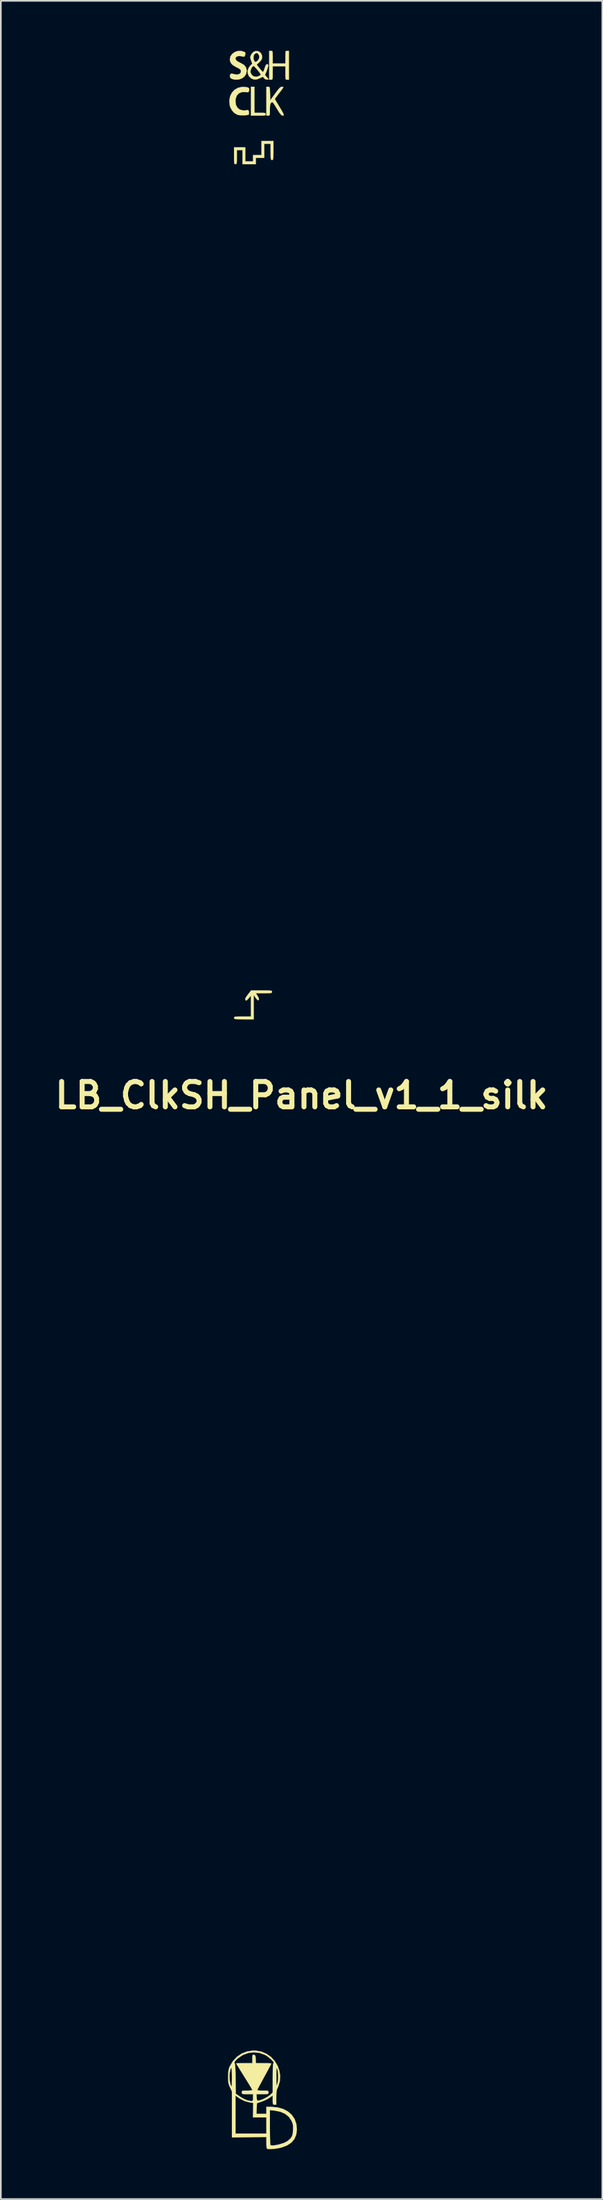
<source format=kicad_pcb>
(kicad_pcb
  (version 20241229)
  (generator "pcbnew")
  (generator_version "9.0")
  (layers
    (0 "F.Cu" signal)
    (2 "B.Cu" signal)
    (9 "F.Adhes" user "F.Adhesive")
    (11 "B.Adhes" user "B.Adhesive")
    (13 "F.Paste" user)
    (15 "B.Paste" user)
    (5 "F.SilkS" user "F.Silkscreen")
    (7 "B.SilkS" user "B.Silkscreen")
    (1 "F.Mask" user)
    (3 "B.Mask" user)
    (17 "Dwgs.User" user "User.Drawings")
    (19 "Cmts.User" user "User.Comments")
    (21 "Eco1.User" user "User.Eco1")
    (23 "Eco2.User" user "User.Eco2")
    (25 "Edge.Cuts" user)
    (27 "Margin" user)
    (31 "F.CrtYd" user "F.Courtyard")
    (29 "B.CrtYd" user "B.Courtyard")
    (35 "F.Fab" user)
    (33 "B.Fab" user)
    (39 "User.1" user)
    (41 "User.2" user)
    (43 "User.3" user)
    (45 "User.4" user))
  (footprint "LB_ClkSH_Panel_v1_1_silk"
    (layer "F.Cu")
    (at 15.102 62.785)
    (property "Reference" "LB_ClkSH_Panel_v1_1_silk" (at 0 0 0) (layer "F.SilkS") (effects (font (size 1.524 1.524) (thickness 0.3))))
    (attr through_hole)
    (fp_poly (pts (xy -2.836 -59.055) (xy -2.498 -59.055) (xy -2.329 -59.053) (xy -2.228 -59.045) (xy -2.177 -59.026) (xy -2.16 -58.993) (xy -2.159 -58.97) (xy -2.165 -58.933) (xy -2.191 -58.908) (xy -2.254 -58.894) (xy -2.368 -58.887) (xy -2.548 -58.886) (xy -2.603 -58.886) (xy -3.048 -58.886) (xy -3.048 -60.621) (xy -2.836 -60.621) (xy -2.836 -59.055)) (stroke (width 0.01) (type solid)) (fill yes) (layer "F.SilkS"))
    (fp_poly (pts (xy -1.791 -62.777) (xy -1.76 -62.757) (xy -1.744 -62.704) (xy -1.737 -62.601) (xy -1.736 -62.433) (xy -1.736 -62.399) (xy -1.736 -62.018) (xy -0.974 -62.018) (xy -0.974 -62.399) (xy -0.973 -62.58) (xy -0.967 -62.692) (xy -0.953 -62.752) (xy -0.924 -62.776) (xy -0.877 -62.78) (xy -0.868 -62.78) (xy -0.762 -62.78) (xy -0.762 -61.045) (xy -0.868 -61.045) (xy -0.917 -61.047) (xy -0.948 -61.066) (xy -0.965 -61.117) (xy -0.972 -61.216) (xy -0.974 -61.379) (xy -0.974 -61.447) (xy -0.974 -61.849) (xy -1.736 -61.849) (xy -1.736 -61.447) (xy -1.736 -61.261) (xy -1.741 -61.143) (xy -1.755 -61.078) (xy -1.781 -61.051) (xy -1.824 -61.045) (xy -1.841 -61.045) (xy -1.947 -61.045) (xy -1.947 -62.78) (xy -1.841 -62.78) (xy -1.791 -62.777)) (stroke (width 0.01) (type solid)) (fill yes) (layer "F.SilkS"))
    (fp_poly (pts (xy -3.394 -60.609) (xy -3.244 -60.582) (xy -3.165 -60.534) (xy -3.146 -60.454) (xy -3.157 -60.391) (xy -3.182 -60.319) (xy -3.225 -60.291) (xy -3.313 -60.294) (xy -3.368 -60.302) (xy -3.59 -60.301) (xy -3.768 -60.23) (xy -3.896 -60.095) (xy -3.967 -59.901) (xy -3.979 -59.754) (xy -3.947 -59.526) (xy -3.854 -59.353) (xy -3.706 -59.242) (xy -3.511 -59.197) (xy -3.367 -59.205) (xy -3.254 -59.219) (xy -3.198 -59.205) (xy -3.175 -59.151) (xy -3.166 -59.099) (xy -3.164 -59) (xy -3.184 -58.944) (xy -3.185 -58.943) (xy -3.265 -58.921) (xy -3.399 -58.907) (xy -3.558 -58.904) (xy -3.711 -58.91) (xy -3.828 -58.927) (xy -3.841 -58.93) (xy -4.03 -59.03) (xy -4.186 -59.194) (xy -4.295 -59.405) (xy -4.321 -59.497) (xy -4.349 -59.781) (xy -4.305 -60.038) (xy -4.199 -60.26) (xy -4.037 -60.436) (xy -3.829 -60.556) (xy -3.581 -60.613) (xy -3.394 -60.609)) (stroke (width 0.01) (type solid)) (fill yes) (layer "F.SilkS"))
    (fp_poly (pts (xy -1.693 -56.79) (xy -1.694 -56.561) (xy -1.697 -56.402) (xy -1.705 -56.302) (xy -1.72 -56.247) (xy -1.743 -56.224) (xy -1.776 -56.219) (xy -1.778 -56.219) (xy -1.814 -56.224) (xy -1.839 -56.249) (xy -1.853 -56.308) (xy -1.86 -56.416) (xy -1.862 -56.586) (xy -1.863 -56.706) (xy -1.863 -57.192) (xy -2.244 -57.192) (xy -2.244 -56.346) (xy -2.752 -56.346) (xy -2.752 -55.965) (xy -3.556 -55.965) (xy -3.556 -56.811) (xy -3.895 -56.811) (xy -3.895 -56.388) (xy -3.896 -56.195) (xy -3.901 -56.072) (xy -3.914 -56.003) (xy -3.938 -55.972) (xy -3.975 -55.965) (xy -3.979 -55.965) (xy -4.015 -55.97) (xy -4.039 -55.994) (xy -4.054 -56.052) (xy -4.061 -56.157) (xy -4.064 -56.323) (xy -4.064 -56.473) (xy -4.064 -56.981) (xy -3.387 -56.981) (xy -3.387 -56.134) (xy -2.921 -56.134) (xy -2.921 -56.515) (xy -2.413 -56.515) (xy -2.413 -57.362) (xy -1.693 -57.362) (xy -1.693 -56.79)) (stroke (width 0.01) (type solid)) (fill yes) (layer "F.SilkS"))
    (fp_poly (pts (xy -3.467 -62.726) (xy -3.394 -62.68) (xy -3.377 -62.619) (xy -3.393 -62.541) (xy -3.42 -62.459) (xy -3.459 -62.428) (xy -3.537 -62.436) (xy -3.601 -62.452) (xy -3.76 -62.47) (xy -3.887 -62.444) (xy -3.965 -62.379) (xy -3.979 -62.322) (xy -3.949 -62.232) (xy -3.852 -62.145) (xy -3.682 -62.054) (xy -3.648 -62.04) (xy -3.46 -61.93) (xy -3.348 -61.793) (xy -3.303 -61.618) (xy -3.302 -61.574) (xy -3.34 -61.385) (xy -3.444 -61.23) (xy -3.599 -61.117) (xy -3.793 -61.054) (xy -4.01 -61.048) (xy -4.202 -61.094) (xy -4.294 -61.165) (xy -4.319 -61.271) (xy -4.28 -61.378) (xy -4.239 -61.412) (xy -4.167 -61.408) (xy -4.09 -61.385) (xy -3.921 -61.353) (xy -3.78 -61.372) (xy -3.684 -61.436) (xy -3.658 -61.49) (xy -3.647 -61.576) (xy -3.673 -61.642) (xy -3.75 -61.705) (xy -3.891 -61.779) (xy -3.921 -61.794) (xy -4.125 -61.911) (xy -4.252 -62.04) (xy -4.311 -62.189) (xy -4.318 -62.272) (xy -4.28 -62.449) (xy -4.176 -62.596) (xy -4.024 -62.706) (xy -3.841 -62.769) (xy -3.644 -62.776) (xy -3.467 -62.726)) (stroke (width 0.01) (type solid)) (fill yes) (layer "F.SilkS"))
    (fp_poly (pts (xy -2.164 -6.307) (xy -1.993 -6.304) (xy -1.882 -6.297) (xy -1.818 -6.285) (xy -1.787 -6.265) (xy -1.778 -6.236) (xy -1.778 -6.223) (xy -1.783 -6.187) (xy -1.808 -6.162) (xy -1.867 -6.148) (xy -1.975 -6.141) (xy -2.146 -6.139) (xy -2.265 -6.138) (xy -2.753 -6.138) (xy -2.642 -5.971) (xy -2.574 -5.842) (xy -2.564 -5.754) (xy -2.612 -5.716) (xy -2.626 -5.715) (xy -2.671 -5.747) (xy -2.739 -5.828) (xy -2.771 -5.873) (xy -2.879 -6.031) (xy -2.879 -5.301) (xy -2.879 -4.572) (xy -3.471 -4.572) (xy -3.706 -4.573) (xy -3.869 -4.576) (xy -3.973 -4.583) (xy -4.032 -4.597) (xy -4.058 -4.619) (xy -4.064 -4.65) (xy -4.064 -4.657) (xy -4.059 -4.692) (xy -4.035 -4.716) (xy -3.977 -4.731) (xy -3.872 -4.738) (xy -3.706 -4.741) (xy -3.556 -4.741) (xy -3.048 -4.741) (xy -3.05 -5.366) (xy -3.051 -5.99) (xy -3.192 -5.825) (xy -3.277 -5.732) (xy -3.326 -5.696) (xy -3.359 -5.71) (xy -3.377 -5.739) (xy -3.391 -5.793) (xy -3.369 -5.862) (xy -3.303 -5.964) (xy -3.228 -6.062) (xy -3.036 -6.308) (xy -2.407 -6.308) (xy -2.164 -6.307)) (stroke (width 0.01) (type solid)) (fill yes) (layer "F.SilkS"))
    (fp_poly (pts (xy -1.964 -60.618) (xy -1.933 -60.598) (xy -1.915 -60.545) (xy -1.904 -60.443) (xy -1.898 -60.277) (xy -1.896 -60.214) (xy -1.884 -59.807) (xy -1.588 -60.214) (xy -1.456 -60.391) (xy -1.36 -60.509) (xy -1.289 -60.579) (xy -1.229 -60.613) (xy -1.172 -60.621) (xy -1.121 -60.619) (xy -1.097 -60.605) (xy -1.107 -60.566) (xy -1.155 -60.492) (xy -1.246 -60.371) (xy -1.33 -60.261) (xy -1.444 -60.113) (xy -1.535 -59.991) (xy -1.593 -59.91) (xy -1.609 -59.885) (xy -1.588 -59.845) (xy -1.531 -59.747) (xy -1.446 -59.605) (xy -1.34 -59.431) (xy -1.314 -59.388) (xy -1.191 -59.182) (xy -1.112 -59.037) (xy -1.073 -58.946) (xy -1.072 -58.901) (xy -1.084 -58.893) (xy -1.145 -58.888) (xy -1.201 -58.91) (xy -1.264 -58.969) (xy -1.344 -59.077) (xy -1.45 -59.244) (xy -1.5 -59.327) (xy -1.607 -59.503) (xy -1.682 -59.616) (xy -1.733 -59.677) (xy -1.77 -59.696) (xy -1.804 -59.682) (xy -1.826 -59.664) (xy -1.866 -59.612) (xy -1.891 -59.535) (xy -1.902 -59.411) (xy -1.905 -59.239) (xy -1.906 -59.067) (xy -1.912 -58.962) (xy -1.929 -58.908) (xy -1.962 -58.888) (xy -2.011 -58.886) (xy -2.117 -58.886) (xy -2.117 -60.621) (xy -2.012 -60.621) (xy -1.964 -60.618)) (stroke (width 0.01) (type solid)) (fill yes) (layer "F.SilkS"))
    (fp_poly (pts (xy -2.534 -62.723) (xy -2.432 -62.623) (xy -2.376 -62.474) (xy -2.371 -62.405) (xy -2.387 -62.295) (xy -2.448 -62.195) (xy -2.535 -62.103) (xy -2.699 -61.947) (xy -2.529 -61.729) (xy -2.437 -61.617) (xy -2.363 -61.538) (xy -2.324 -61.51) (xy -2.294 -61.547) (xy -2.253 -61.644) (xy -2.221 -61.743) (xy -2.172 -61.884) (xy -2.125 -61.957) (xy -2.072 -61.976) (xy -2.019 -61.963) (xy -2.007 -61.908) (xy -2.017 -61.838) (xy -2.05 -61.712) (xy -2.103 -61.562) (xy -2.122 -61.516) (xy -2.201 -61.331) (xy -2.089 -61.199) (xy -1.977 -61.066) (xy -2.077 -61.051) (xy -2.191 -61.075) (xy -2.252 -61.129) (xy -2.327 -61.222) (xy -2.511 -61.133) (xy -2.696 -61.063) (xy -2.849 -61.053) (xy -2.995 -61.104) (xy -3.03 -61.124) (xy -3.167 -61.252) (xy -3.238 -61.415) (xy -3.24 -61.522) (xy -3.077 -61.522) (xy -3.072 -61.487) (xy -2.997 -61.333) (xy -2.874 -61.242) (xy -2.717 -61.221) (xy -2.563 -61.263) (xy -2.485 -61.311) (xy -2.455 -61.351) (xy -2.481 -61.405) (xy -2.548 -61.499) (xy -2.638 -61.613) (xy -2.735 -61.725) (xy -2.821 -61.816) (xy -2.881 -61.866) (xy -2.892 -61.87) (xy -2.953 -61.833) (xy -3.013 -61.743) (xy -3.059 -61.629) (xy -3.077 -61.522) (xy -3.24 -61.522) (xy -3.242 -61.595) (xy -3.178 -61.772) (xy -3.092 -61.883) (xy -2.969 -62.006) (xy -3.039 -62.2) (xy -3.079 -62.323) (xy -3.086 -62.408) (xy -3.08 -62.429) (xy -2.896 -62.429) (xy -2.887 -62.28) (xy -2.877 -62.245) (xy -2.827 -62.138) (xy -2.766 -62.11) (xy -2.68 -62.158) (xy -2.638 -62.195) (xy -2.561 -62.314) (xy -2.544 -62.449) (xy -2.59 -62.568) (xy -2.607 -62.587) (xy -2.666 -62.641) (xy -2.712 -62.648) (xy -2.773 -62.626) (xy -2.856 -62.553) (xy -2.896 -62.429) (xy -3.08 -62.429) (xy -3.061 -62.493) (xy -3.036 -62.546) (xy -2.934 -62.684) (xy -2.804 -62.757) (xy -2.664 -62.769) (xy -2.534 -62.723)) (stroke (width 0.01) (type solid)) (fill yes) (layer "F.SilkS"))
    (fp_poly (pts (xy -2.744 57.414) (xy -2.407 57.477) (xy -2.102 57.609) (xy -1.837 57.798) (xy -1.617 58.035) (xy -1.449 58.31) (xy -1.337 58.611) (xy -1.288 58.929) (xy -1.309 59.253) (xy -1.405 59.573) (xy -1.444 59.657) (xy -1.484 59.757) (xy -1.509 59.881) (xy -1.521 60.05) (xy -1.524 60.239) (xy -1.524 60.664) (xy -1.63 60.664) (xy -1.687 60.659) (xy -1.718 60.632) (xy -1.732 60.564) (xy -1.736 60.435) (xy -1.736 60.386) (xy -1.736 60.108) (xy -1.927 60.245) (xy -2.071 60.333) (xy -2.254 60.42) (xy -2.403 60.478) (xy -2.688 60.574) (xy -2.701 60.894) (xy -2.713 61.214) (xy -2.117 61.214) (xy -2.117 60.791) (xy -1.85 60.791) (xy -1.46 60.823) (xy -1.117 60.917) (xy -0.826 61.067) (xy -0.592 61.271) (xy -0.42 61.523) (xy -0.315 61.82) (xy -0.282 62.157) (xy -0.282 62.166) (xy -0.323 62.471) (xy -0.434 62.729) (xy -0.616 62.942) (xy -0.87 63.109) (xy -1.195 63.232) (xy -1.349 63.27) (xy -1.535 63.302) (xy -1.723 63.322) (xy -1.892 63.33) (xy -2.021 63.323) (xy -2.088 63.303) (xy -2.088 63.302) (xy -2.102 63.249) (xy -2.112 63.134) (xy -2.116 62.979) (xy -2.117 62.939) (xy -2.117 62.603) (xy -3.154 62.618) (xy -4.191 62.632) (xy -4.191 62.399) (xy -3.979 62.399) (xy -2.117 62.399) (xy -2.117 62.027) (xy -1.905 62.027) (xy -1.904 62.315) (xy -1.901 62.574) (xy -1.896 62.793) (xy -1.89 62.96) (xy -1.883 63.063) (xy -1.877 63.091) (xy -1.797 63.116) (xy -1.645 63.108) (xy -1.424 63.069) (xy -1.364 63.055) (xy -1.07 62.966) (xy -0.847 62.853) (xy -0.68 62.707) (xy -0.648 62.668) (xy -0.585 62.573) (xy -0.547 62.477) (xy -0.525 62.35) (xy -0.514 62.179) (xy -0.51 61.996) (xy -0.521 61.863) (xy -0.553 61.748) (xy -0.61 61.621) (xy -0.769 61.389) (xy -0.993 61.211) (xy -1.28 61.086) (xy -1.627 61.017) (xy -1.662 61.013) (xy -1.905 60.991) (xy -1.905 62.027) (xy -2.117 62.027) (xy -2.117 61.426) (xy -2.926 61.426) (xy -2.918 60.992) (xy -2.91 60.558) (xy -3.128 60.526) (xy -3.426 60.445) (xy -3.724 60.294) (xy -3.842 60.212) (xy -3.979 60.109) (xy -3.979 62.399) (xy -4.191 62.399) (xy -4.191 61.251) (xy -4.191 59.87) (xy -4.307 59.621) (xy -4.364 59.49) (xy -4.399 59.372) (xy -4.416 59.24) (xy -4.421 59.065) (xy -4.421 58.97) (xy -4.418 58.879) (xy -4.335 58.879) (xy -4.335 59.052) (xy -4.32 59.226) (xy -4.295 59.383) (xy -4.261 59.501) (xy -4.221 59.56) (xy -4.21 59.563) (xy -4.203 59.523) (xy -4.197 59.414) (xy -4.193 59.251) (xy -4.191 59.049) (xy -4.191 58.983) (xy -4.195 58.727) (xy -4.205 58.553) (xy -4.222 58.462) (xy -4.246 58.454) (xy -4.276 58.529) (xy -4.312 58.688) (xy -4.32 58.728) (xy -4.335 58.879) (xy -4.418 58.879) (xy -4.414 58.746) (xy -4.395 58.581) (xy -4.359 58.449) (xy -4.33 58.378) (xy -4.187 58.135) (xy -4.047 58.135) (xy -4.033 58.159) (xy -4.014 58.198) (xy -3.999 58.293) (xy -3.987 58.45) (xy -3.978 58.677) (xy -3.971 58.979) (xy -3.97 59.099) (xy -3.958 60.008) (xy -3.693 60.185) (xy -3.535 60.28) (xy -3.375 60.358) (xy -3.249 60.403) (xy -3.086 60.437) (xy -2.988 60.445) (xy -2.94 60.417) (xy -2.923 60.345) (xy -2.921 60.24) (xy -2.921 60.029) (xy -3.26 60.029) (xy -3.428 60.028) (xy -3.528 60.021) (xy -3.579 60.002) (xy -3.596 59.967) (xy -3.598 59.923) (xy -3.594 59.869) (xy -3.571 59.837) (xy -3.509 59.822) (xy -3.392 59.817) (xy -3.281 59.817) (xy -3.129 59.813) (xy -3.017 59.801) (xy -2.965 59.785) (xy -2.963 59.782) (xy -2.985 59.737) (xy -3.045 59.632) (xy -3.138 59.477) (xy -3.256 59.284) (xy -3.394 59.062) (xy -3.45 58.972) (xy -3.593 58.744) (xy -3.719 58.541) (xy -3.822 58.374) (xy -3.896 58.253) (xy -3.934 58.189) (xy -3.937 58.182) (xy -3.897 58.175) (xy -3.79 58.17) (xy -3.631 58.167) (xy -3.45 58.166) (xy -2.963 58.166) (xy -2.963 57.909) (xy -2.961 57.768) (xy -2.95 57.692) (xy -2.922 57.664) (xy -2.87 57.665) (xy -2.868 57.666) (xy -2.813 57.683) (xy -2.782 57.729) (xy -2.766 57.826) (xy -2.76 57.923) (xy -2.747 58.166) (xy -2.284 58.166) (xy -2.097 58.168) (xy -1.946 58.174) (xy -1.849 58.182) (xy -1.82 58.191) (xy -1.84 58.234) (xy -1.894 58.34) (xy -1.978 58.497) (xy -2.084 58.694) (xy -2.207 58.92) (xy -2.244 58.987) (xy -2.37 59.22) (xy -2.482 59.427) (xy -2.572 59.597) (xy -2.636 59.719) (xy -2.665 59.782) (xy -2.667 59.788) (xy -2.628 59.801) (xy -2.524 59.812) (xy -2.376 59.817) (xy -2.328 59.817) (xy -2.16 59.818) (xy -2.06 59.825) (xy -2.009 59.843) (xy -1.992 59.878) (xy -1.99 59.923) (xy -1.993 59.974) (xy -2.014 60.005) (xy -2.069 60.021) (xy -2.176 60.028) (xy -2.35 60.029) (xy -2.714 60.029) (xy -2.701 60.23) (xy -2.69 60.351) (xy -2.667 60.407) (xy -2.62 60.421) (xy -2.582 60.417) (xy -2.431 60.377) (xy -2.247 60.298) (xy -2.063 60.199) (xy -1.912 60.094) (xy -1.873 60.06) (xy -1.736 59.927) (xy -1.736 59.05) (xy -1.735 58.984) (xy -1.519 58.984) (xy -1.519 58.992) (xy -1.517 59.224) (xy -1.514 59.381) (xy -1.509 59.47) (xy -1.5 59.502) (xy -1.485 59.483) (xy -1.464 59.424) (xy -1.454 59.394) (xy -1.413 59.179) (xy -1.407 58.906) (xy -1.408 58.885) (xy -1.422 58.718) (xy -1.445 58.576) (xy -1.47 58.487) (xy -1.473 58.483) (xy -1.492 58.466) (xy -1.506 58.499) (xy -1.514 58.59) (xy -1.518 58.749) (xy -1.519 58.984) (xy -1.735 58.984) (xy -1.734 58.737) (xy -1.73 58.5) (xy -1.722 58.331) (xy -1.711 58.223) (xy -1.695 58.166) (xy -1.683 58.154) (xy -1.678 58.118) (xy -1.727 58.047) (xy -1.816 57.954) (xy -1.93 57.853) (xy -2.055 57.758) (xy -2.175 57.682) (xy -2.207 57.666) (xy -2.537 57.55) (xy -2.876 57.514) (xy -3.21 57.555) (xy -3.526 57.671) (xy -3.813 57.859) (xy -3.922 57.96) (xy -4.017 58.069) (xy -4.047 58.135) (xy -4.187 58.135) (xy -4.138 58.052) (xy -3.894 57.788) (xy -3.604 57.59) (xy -3.277 57.463) (xy -2.922 57.411) (xy -2.744 57.414)) (stroke (width 0.01) (type solid)) (fill yes) (layer "F.SilkS")))
  (gr_rect
    (start -3 -3)
    (end 33.204 129.12)
    (stroke (width 0.1) (type default))
    (fill no)
    (layer "Edge.Cuts")))
</source>
